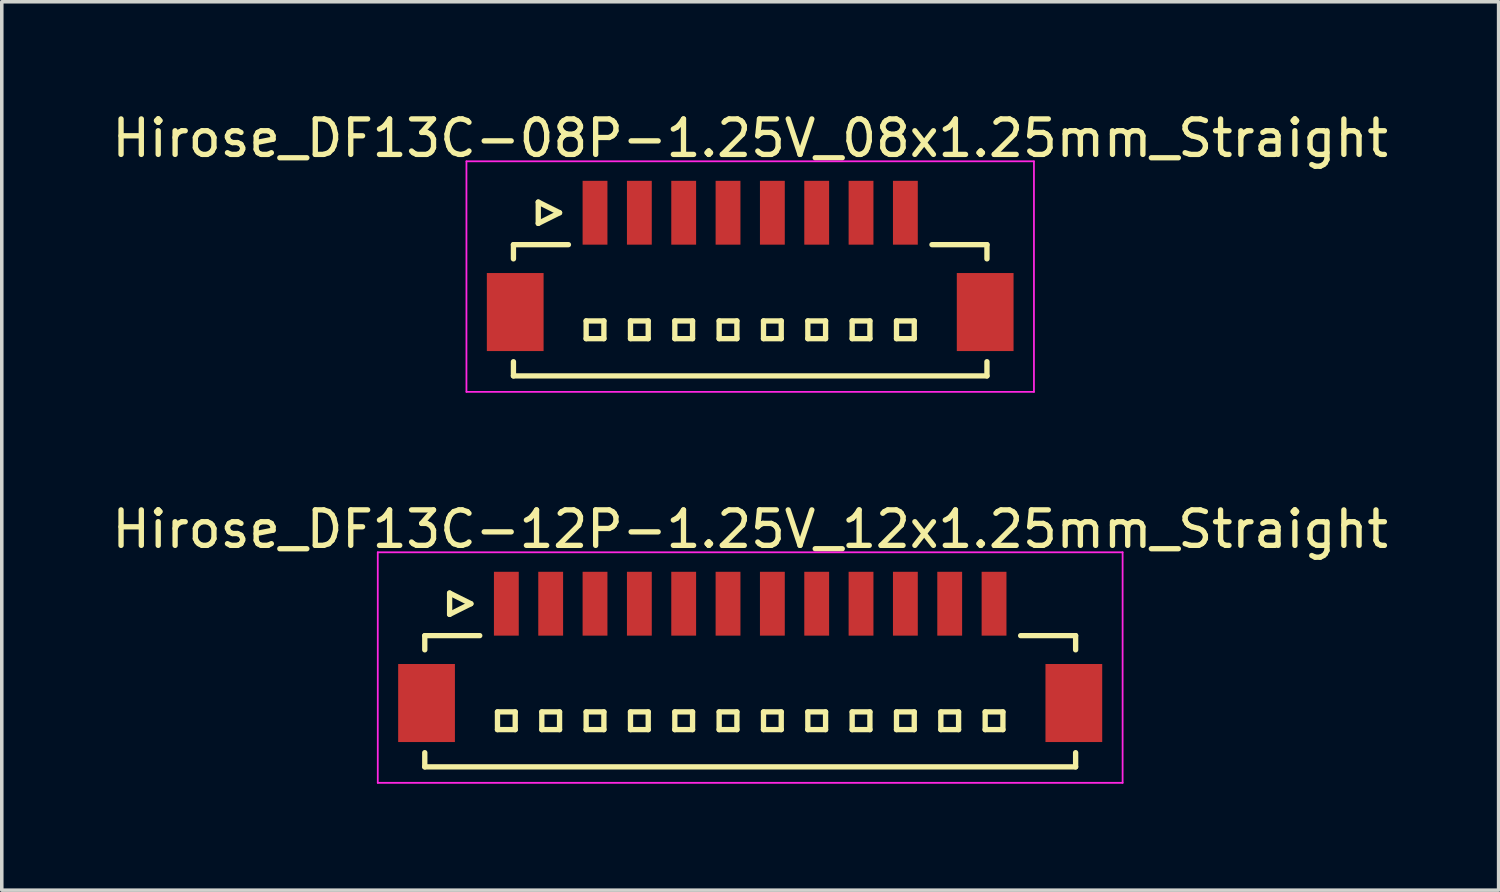
<source format=kicad_pcb>
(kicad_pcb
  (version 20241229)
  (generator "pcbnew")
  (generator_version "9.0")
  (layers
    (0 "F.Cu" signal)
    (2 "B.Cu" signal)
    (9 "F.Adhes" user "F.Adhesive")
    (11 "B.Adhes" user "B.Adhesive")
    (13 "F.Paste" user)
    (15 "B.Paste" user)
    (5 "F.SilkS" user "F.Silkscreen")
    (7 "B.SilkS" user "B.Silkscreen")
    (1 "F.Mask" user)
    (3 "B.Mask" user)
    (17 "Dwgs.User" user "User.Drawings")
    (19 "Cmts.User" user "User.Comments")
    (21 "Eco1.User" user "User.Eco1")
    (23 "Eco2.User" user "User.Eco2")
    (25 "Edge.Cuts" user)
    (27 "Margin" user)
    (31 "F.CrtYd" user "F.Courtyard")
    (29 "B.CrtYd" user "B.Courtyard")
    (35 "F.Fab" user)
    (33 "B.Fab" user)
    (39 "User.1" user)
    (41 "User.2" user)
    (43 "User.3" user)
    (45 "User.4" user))
  (footprint "Hirose_DF13C-08P-1.25V_08x1.25mm_Straight"
    (layer "F.Cu")
    (at 18.101 4.348)
    (property "Reference" "Hirose_DF13C-08P-1.25V_08x1.25mm_Straight" (at 0 -3.5 0) (layer "F.SilkS") (effects (font (size 1 1) (thickness 0.15))))
    (attr smd)
    (fp_line (start -6.675 -0.5) (end -6.675 -0.1) (stroke (width 0.15) (type solid)) (layer "F.SilkS"))
    (fp_line (start -6.675 -0.5) (end -5.125 -0.5) (stroke (width 0.15) (type solid)) (layer "F.SilkS"))
    (fp_line (start -6.675 3.2) (end -6.675 2.8) (stroke (width 0.15) (type solid)) (layer "F.SilkS"))
    (fp_line (start -6.675 3.2) (end 6.675 3.2) (stroke (width 0.15) (type solid)) (layer "F.SilkS"))
    (fp_line (start -5.975 -1.7) (end -5.975 -1.1) (stroke (width 0.15) (type solid)) (layer "F.SilkS"))
    (fp_line (start -5.975 -1.1) (end -5.375 -1.4) (stroke (width 0.15) (type solid)) (layer "F.SilkS"))
    (fp_line (start -5.375 -1.4) (end -5.975 -1.7) (stroke (width 0.15) (type solid)) (layer "F.SilkS"))
    (fp_line (start -4.625 1.65) (end -4.625 2.15) (stroke (width 0.15) (type solid)) (layer "F.SilkS"))
    (fp_line (start -4.625 2.15) (end -4.125 2.15) (stroke (width 0.15) (type solid)) (layer "F.SilkS"))
    (fp_line (start -4.125 1.65) (end -4.625 1.65) (stroke (width 0.15) (type solid)) (layer "F.SilkS"))
    (fp_line (start -4.125 2.15) (end -4.125 1.65) (stroke (width 0.15) (type solid)) (layer "F.SilkS"))
    (fp_line (start -3.375 1.65) (end -3.375 2.15) (stroke (width 0.15) (type solid)) (layer "F.SilkS"))
    (fp_line (start -3.375 2.15) (end -2.875 2.15) (stroke (width 0.15) (type solid)) (layer "F.SilkS"))
    (fp_line (start -2.875 1.65) (end -3.375 1.65) (stroke (width 0.15) (type solid)) (layer "F.SilkS"))
    (fp_line (start -2.875 2.15) (end -2.875 1.65) (stroke (width 0.15) (type solid)) (layer "F.SilkS"))
    (fp_line (start -2.125 1.65) (end -2.125 2.15) (stroke (width 0.15) (type solid)) (layer "F.SilkS"))
    (fp_line (start -2.125 2.15) (end -1.625 2.15) (stroke (width 0.15) (type solid)) (layer "F.SilkS"))
    (fp_line (start -1.625 1.65) (end -2.125 1.65) (stroke (width 0.15) (type solid)) (layer "F.SilkS"))
    (fp_line (start -1.625 2.15) (end -1.625 1.65) (stroke (width 0.15) (type solid)) (layer "F.SilkS"))
    (fp_line (start -0.875 1.65) (end -0.875 2.15) (stroke (width 0.15) (type solid)) (layer "F.SilkS"))
    (fp_line (start -0.875 2.15) (end -0.375 2.15) (stroke (width 0.15) (type solid)) (layer "F.SilkS"))
    (fp_line (start -0.375 1.65) (end -0.875 1.65) (stroke (width 0.15) (type solid)) (layer "F.SilkS"))
    (fp_line (start -0.375 2.15) (end -0.375 1.65) (stroke (width 0.15) (type solid)) (layer "F.SilkS"))
    (fp_line (start 0.375 1.65) (end 0.375 2.15) (stroke (width 0.15) (type solid)) (layer "F.SilkS"))
    (fp_line (start 0.375 2.15) (end 0.875 2.15) (stroke (width 0.15) (type solid)) (layer "F.SilkS"))
    (fp_line (start 0.875 1.65) (end 0.375 1.65) (stroke (width 0.15) (type solid)) (layer "F.SilkS"))
    (fp_line (start 0.875 2.15) (end 0.875 1.65) (stroke (width 0.15) (type solid)) (layer "F.SilkS"))
    (fp_line (start 1.625 1.65) (end 1.625 2.15) (stroke (width 0.15) (type solid)) (layer "F.SilkS"))
    (fp_line (start 1.625 2.15) (end 2.125 2.15) (stroke (width 0.15) (type solid)) (layer "F.SilkS"))
    (fp_line (start 2.125 1.65) (end 1.625 1.65) (stroke (width 0.15) (type solid)) (layer "F.SilkS"))
    (fp_line (start 2.125 2.15) (end 2.125 1.65) (stroke (width 0.15) (type solid)) (layer "F.SilkS"))
    (fp_line (start 2.875 1.65) (end 2.875 2.15) (stroke (width 0.15) (type solid)) (layer "F.SilkS"))
    (fp_line (start 2.875 2.15) (end 3.375 2.15) (stroke (width 0.15) (type solid)) (layer "F.SilkS"))
    (fp_line (start 3.375 1.65) (end 2.875 1.65) (stroke (width 0.15) (type solid)) (layer "F.SilkS"))
    (fp_line (start 3.375 2.15) (end 3.375 1.65) (stroke (width 0.15) (type solid)) (layer "F.SilkS"))
    (fp_line (start 4.125 1.65) (end 4.125 2.15) (stroke (width 0.15) (type solid)) (layer "F.SilkS"))
    (fp_line (start 4.125 2.15) (end 4.625 2.15) (stroke (width 0.15) (type solid)) (layer "F.SilkS"))
    (fp_line (start 4.625 1.65) (end 4.125 1.65) (stroke (width 0.15) (type solid)) (layer "F.SilkS"))
    (fp_line (start 4.625 2.15) (end 4.625 1.65) (stroke (width 0.15) (type solid)) (layer "F.SilkS"))
    (fp_line (start 6.675 -0.5) (end 5.125 -0.5) (stroke (width 0.15) (type solid)) (layer "F.SilkS"))
    (fp_line (start 6.675 -0.5) (end 6.675 -0.1) (stroke (width 0.15) (type solid)) (layer "F.SilkS"))
    (fp_line (start 6.675 3.2) (end 6.675 2.8) (stroke (width 0.15) (type solid)) (layer "F.SilkS"))
    (fp_line (start -8 -2.85) (end -8 3.65) (stroke (width 0.05) (type solid)) (layer "F.CrtYd"))
    (fp_line (start -8 3.65) (end 8 3.65) (stroke (width 0.05) (type solid)) (layer "F.CrtYd"))
    (fp_line (start 8 -2.85) (end -8 -2.85) (stroke (width 0.05) (type solid)) (layer "F.CrtYd"))
    (fp_line (start 8 3.65) (end 8 -2.85) (stroke (width 0.05) (type solid)) (layer "F.CrtYd"))
    (pad "" smd rect (at -6.625 1.4) (size 1.6 2.2) (layers "F.Cu" "F.Mask" "F.Paste"))
    (pad "" smd rect (at 6.625 1.4) (size 1.6 2.2) (layers "F.Cu" "F.Mask" "F.Paste"))
    (pad "1" smd rect (at -4.375 -1.4) (size 0.7 1.8) (layers "F.Cu" "F.Mask" "F.Paste"))
    (pad "2" smd rect (at -3.125 -1.4) (size 0.7 1.8) (layers "F.Cu" "F.Mask" "F.Paste"))
    (pad "3" smd rect (at -1.875 -1.4) (size 0.7 1.8) (layers "F.Cu" "F.Mask" "F.Paste"))
    (pad "4" smd rect (at -0.625 -1.4) (size 0.7 1.8) (layers "F.Cu" "F.Mask" "F.Paste"))
    (pad "5" smd rect (at 0.625 -1.4) (size 0.7 1.8) (layers "F.Cu" "F.Mask" "F.Paste"))
    (pad "6" smd rect (at 1.875 -1.4) (size 0.7 1.8) (layers "F.Cu" "F.Mask" "F.Paste"))
    (pad "7" smd rect (at 3.125 -1.4) (size 0.7 1.8) (layers "F.Cu" "F.Mask" "F.Paste"))
    (pad "8" smd rect (at 4.375 -1.4) (size 0.7 1.8) (layers "F.Cu" "F.Mask" "F.Paste")))
  (footprint "Hirose_DF13C-12P-1.25V_12x1.25mm_Straight"
    (layer "F.Cu")
    (at 18.101 15.371)
    (property "Reference" "Hirose_DF13C-12P-1.25V_12x1.25mm_Straight" (at 0 -3.5 0) (layer "F.SilkS") (effects (font (size 1 1) (thickness 0.15))))
    (attr smd)
    (fp_line (start -9.175 -0.5) (end -9.175 -0.1) (stroke (width 0.15) (type solid)) (layer "F.SilkS"))
    (fp_line (start -9.175 -0.5) (end -7.625 -0.5) (stroke (width 0.15) (type solid)) (layer "F.SilkS"))
    (fp_line (start -9.175 3.2) (end -9.175 2.8) (stroke (width 0.15) (type solid)) (layer "F.SilkS"))
    (fp_line (start -9.175 3.2) (end 9.175 3.2) (stroke (width 0.15) (type solid)) (layer "F.SilkS"))
    (fp_line (start -8.475 -1.7) (end -8.475 -1.1) (stroke (width 0.15) (type solid)) (layer "F.SilkS"))
    (fp_line (start -8.475 -1.1) (end -7.875 -1.4) (stroke (width 0.15) (type solid)) (layer "F.SilkS"))
    (fp_line (start -7.875 -1.4) (end -8.475 -1.7) (stroke (width 0.15) (type solid)) (layer "F.SilkS"))
    (fp_line (start -7.125 1.65) (end -7.125 2.15) (stroke (width 0.15) (type solid)) (layer "F.SilkS"))
    (fp_line (start -7.125 2.15) (end -6.625 2.15) (stroke (width 0.15) (type solid)) (layer "F.SilkS"))
    (fp_line (start -6.625 1.65) (end -7.125 1.65) (stroke (width 0.15) (type solid)) (layer "F.SilkS"))
    (fp_line (start -6.625 2.15) (end -6.625 1.65) (stroke (width 0.15) (type solid)) (layer "F.SilkS"))
    (fp_line (start -5.875 1.65) (end -5.875 2.15) (stroke (width 0.15) (type solid)) (layer "F.SilkS"))
    (fp_line (start -5.875 2.15) (end -5.375 2.15) (stroke (width 0.15) (type solid)) (layer "F.SilkS"))
    (fp_line (start -5.375 1.65) (end -5.875 1.65) (stroke (width 0.15) (type solid)) (layer "F.SilkS"))
    (fp_line (start -5.375 2.15) (end -5.375 1.65) (stroke (width 0.15) (type solid)) (layer "F.SilkS"))
    (fp_line (start -4.625 1.65) (end -4.625 2.15) (stroke (width 0.15) (type solid)) (layer "F.SilkS"))
    (fp_line (start -4.625 2.15) (end -4.125 2.15) (stroke (width 0.15) (type solid)) (layer "F.SilkS"))
    (fp_line (start -4.125 1.65) (end -4.625 1.65) (stroke (width 0.15) (type solid)) (layer "F.SilkS"))
    (fp_line (start -4.125 2.15) (end -4.125 1.65) (stroke (width 0.15) (type solid)) (layer "F.SilkS"))
    (fp_line (start -3.375 1.65) (end -3.375 2.15) (stroke (width 0.15) (type solid)) (layer "F.SilkS"))
    (fp_line (start -3.375 2.15) (end -2.875 2.15) (stroke (width 0.15) (type solid)) (layer "F.SilkS"))
    (fp_line (start -2.875 1.65) (end -3.375 1.65) (stroke (width 0.15) (type solid)) (layer "F.SilkS"))
    (fp_line (start -2.875 2.15) (end -2.875 1.65) (stroke (width 0.15) (type solid)) (layer "F.SilkS"))
    (fp_line (start -2.125 1.65) (end -2.125 2.15) (stroke (width 0.15) (type solid)) (layer "F.SilkS"))
    (fp_line (start -2.125 2.15) (end -1.625 2.15) (stroke (width 0.15) (type solid)) (layer "F.SilkS"))
    (fp_line (start -1.625 1.65) (end -2.125 1.65) (stroke (width 0.15) (type solid)) (layer "F.SilkS"))
    (fp_line (start -1.625 2.15) (end -1.625 1.65) (stroke (width 0.15) (type solid)) (layer "F.SilkS"))
    (fp_line (start -0.875 1.65) (end -0.875 2.15) (stroke (width 0.15) (type solid)) (layer "F.SilkS"))
    (fp_line (start -0.875 2.15) (end -0.375 2.15) (stroke (width 0.15) (type solid)) (layer "F.SilkS"))
    (fp_line (start -0.375 1.65) (end -0.875 1.65) (stroke (width 0.15) (type solid)) (layer "F.SilkS"))
    (fp_line (start -0.375 2.15) (end -0.375 1.65) (stroke (width 0.15) (type solid)) (layer "F.SilkS"))
    (fp_line (start 0.375 1.65) (end 0.375 2.15) (stroke (width 0.15) (type solid)) (layer "F.SilkS"))
    (fp_line (start 0.375 2.15) (end 0.875 2.15) (stroke (width 0.15) (type solid)) (layer "F.SilkS"))
    (fp_line (start 0.875 1.65) (end 0.375 1.65) (stroke (width 0.15) (type solid)) (layer "F.SilkS"))
    (fp_line (start 0.875 2.15) (end 0.875 1.65) (stroke (width 0.15) (type solid)) (layer "F.SilkS"))
    (fp_line (start 1.625 1.65) (end 1.625 2.15) (stroke (width 0.15) (type solid)) (layer "F.SilkS"))
    (fp_line (start 1.625 2.15) (end 2.125 2.15) (stroke (width 0.15) (type solid)) (layer "F.SilkS"))
    (fp_line (start 2.125 1.65) (end 1.625 1.65) (stroke (width 0.15) (type solid)) (layer "F.SilkS"))
    (fp_line (start 2.125 2.15) (end 2.125 1.65) (stroke (width 0.15) (type solid)) (layer "F.SilkS"))
    (fp_line (start 2.875 1.65) (end 2.875 2.15) (stroke (width 0.15) (type solid)) (layer "F.SilkS"))
    (fp_line (start 2.875 2.15) (end 3.375 2.15) (stroke (width 0.15) (type solid)) (layer "F.SilkS"))
    (fp_line (start 3.375 1.65) (end 2.875 1.65) (stroke (width 0.15) (type solid)) (layer "F.SilkS"))
    (fp_line (start 3.375 2.15) (end 3.375 1.65) (stroke (width 0.15) (type solid)) (layer "F.SilkS"))
    (fp_line (start 4.125 1.65) (end 4.125 2.15) (stroke (width 0.15) (type solid)) (layer "F.SilkS"))
    (fp_line (start 4.125 2.15) (end 4.625 2.15) (stroke (width 0.15) (type solid)) (layer "F.SilkS"))
    (fp_line (start 4.625 1.65) (end 4.125 1.65) (stroke (width 0.15) (type solid)) (layer "F.SilkS"))
    (fp_line (start 4.625 2.15) (end 4.625 1.65) (stroke (width 0.15) (type solid)) (layer "F.SilkS"))
    (fp_line (start 5.375 1.65) (end 5.375 2.15) (stroke (width 0.15) (type solid)) (layer "F.SilkS"))
    (fp_line (start 5.375 2.15) (end 5.875 2.15) (stroke (width 0.15) (type solid)) (layer "F.SilkS"))
    (fp_line (start 5.875 1.65) (end 5.375 1.65) (stroke (width 0.15) (type solid)) (layer "F.SilkS"))
    (fp_line (start 5.875 2.15) (end 5.875 1.65) (stroke (width 0.15) (type solid)) (layer "F.SilkS"))
    (fp_line (start 6.625 1.65) (end 6.625 2.15) (stroke (width 0.15) (type solid)) (layer "F.SilkS"))
    (fp_line (start 6.625 2.15) (end 7.125 2.15) (stroke (width 0.15) (type solid)) (layer "F.SilkS"))
    (fp_line (start 7.125 1.65) (end 6.625 1.65) (stroke (width 0.15) (type solid)) (layer "F.SilkS"))
    (fp_line (start 7.125 2.15) (end 7.125 1.65) (stroke (width 0.15) (type solid)) (layer "F.SilkS"))
    (fp_line (start 9.175 -0.5) (end 7.625 -0.5) (stroke (width 0.15) (type solid)) (layer "F.SilkS"))
    (fp_line (start 9.175 -0.5) (end 9.175 -0.1) (stroke (width 0.15) (type solid)) (layer "F.SilkS"))
    (fp_line (start 9.175 3.2) (end 9.175 2.8) (stroke (width 0.15) (type solid)) (layer "F.SilkS"))
    (fp_line (start -10.5 -2.85) (end -10.5 3.65) (stroke (width 0.05) (type solid)) (layer "F.CrtYd"))
    (fp_line (start -10.5 3.65) (end 10.5 3.65) (stroke (width 0.05) (type solid)) (layer "F.CrtYd"))
    (fp_line (start 10.5 -2.85) (end -10.5 -2.85) (stroke (width 0.05) (type solid)) (layer "F.CrtYd"))
    (fp_line (start 10.5 3.65) (end 10.5 -2.85) (stroke (width 0.05) (type solid)) (layer "F.CrtYd"))
    (pad "" smd rect (at -9.125 1.4) (size 1.6 2.2) (layers "F.Cu" "F.Mask" "F.Paste"))
    (pad "" smd rect (at 9.125 1.4) (size 1.6 2.2) (layers "F.Cu" "F.Mask" "F.Paste"))
    (pad "1" smd rect (at -6.875 -1.4) (size 0.7 1.8) (layers "F.Cu" "F.Mask" "F.Paste"))
    (pad "2" smd rect (at -5.625 -1.4) (size 0.7 1.8) (layers "F.Cu" "F.Mask" "F.Paste"))
    (pad "3" smd rect (at -4.375 -1.4) (size 0.7 1.8) (layers "F.Cu" "F.Mask" "F.Paste"))
    (pad "4" smd rect (at -3.125 -1.4) (size 0.7 1.8) (layers "F.Cu" "F.Mask" "F.Paste"))
    (pad "5" smd rect (at -1.875 -1.4) (size 0.7 1.8) (layers "F.Cu" "F.Mask" "F.Paste"))
    (pad "6" smd rect (at -0.625 -1.4) (size 0.7 1.8) (layers "F.Cu" "F.Mask" "F.Paste"))
    (pad "7" smd rect (at 0.625 -1.4) (size 0.7 1.8) (layers "F.Cu" "F.Mask" "F.Paste"))
    (pad "8" smd rect (at 1.875 -1.4) (size 0.7 1.8) (layers "F.Cu" "F.Mask" "F.Paste"))
    (pad "9" smd rect (at 3.125 -1.4) (size 0.7 1.8) (layers "F.Cu" "F.Mask" "F.Paste"))
    (pad "10" smd rect (at 4.375 -1.4) (size 0.7 1.8) (layers "F.Cu" "F.Mask" "F.Paste"))
    (pad "11" smd rect (at 5.625 -1.4) (size 0.7 1.8) (layers "F.Cu" "F.Mask" "F.Paste"))
    (pad "12" smd rect (at 6.875 -1.4) (size 0.7 1.8) (layers "F.Cu" "F.Mask" "F.Paste")))
  (gr_rect
    (start -3 -3)
    (end 39.202 22.047)
    (stroke (width 0.1) (type default))
    (fill no)
    (layer "Edge.Cuts")))
</source>
